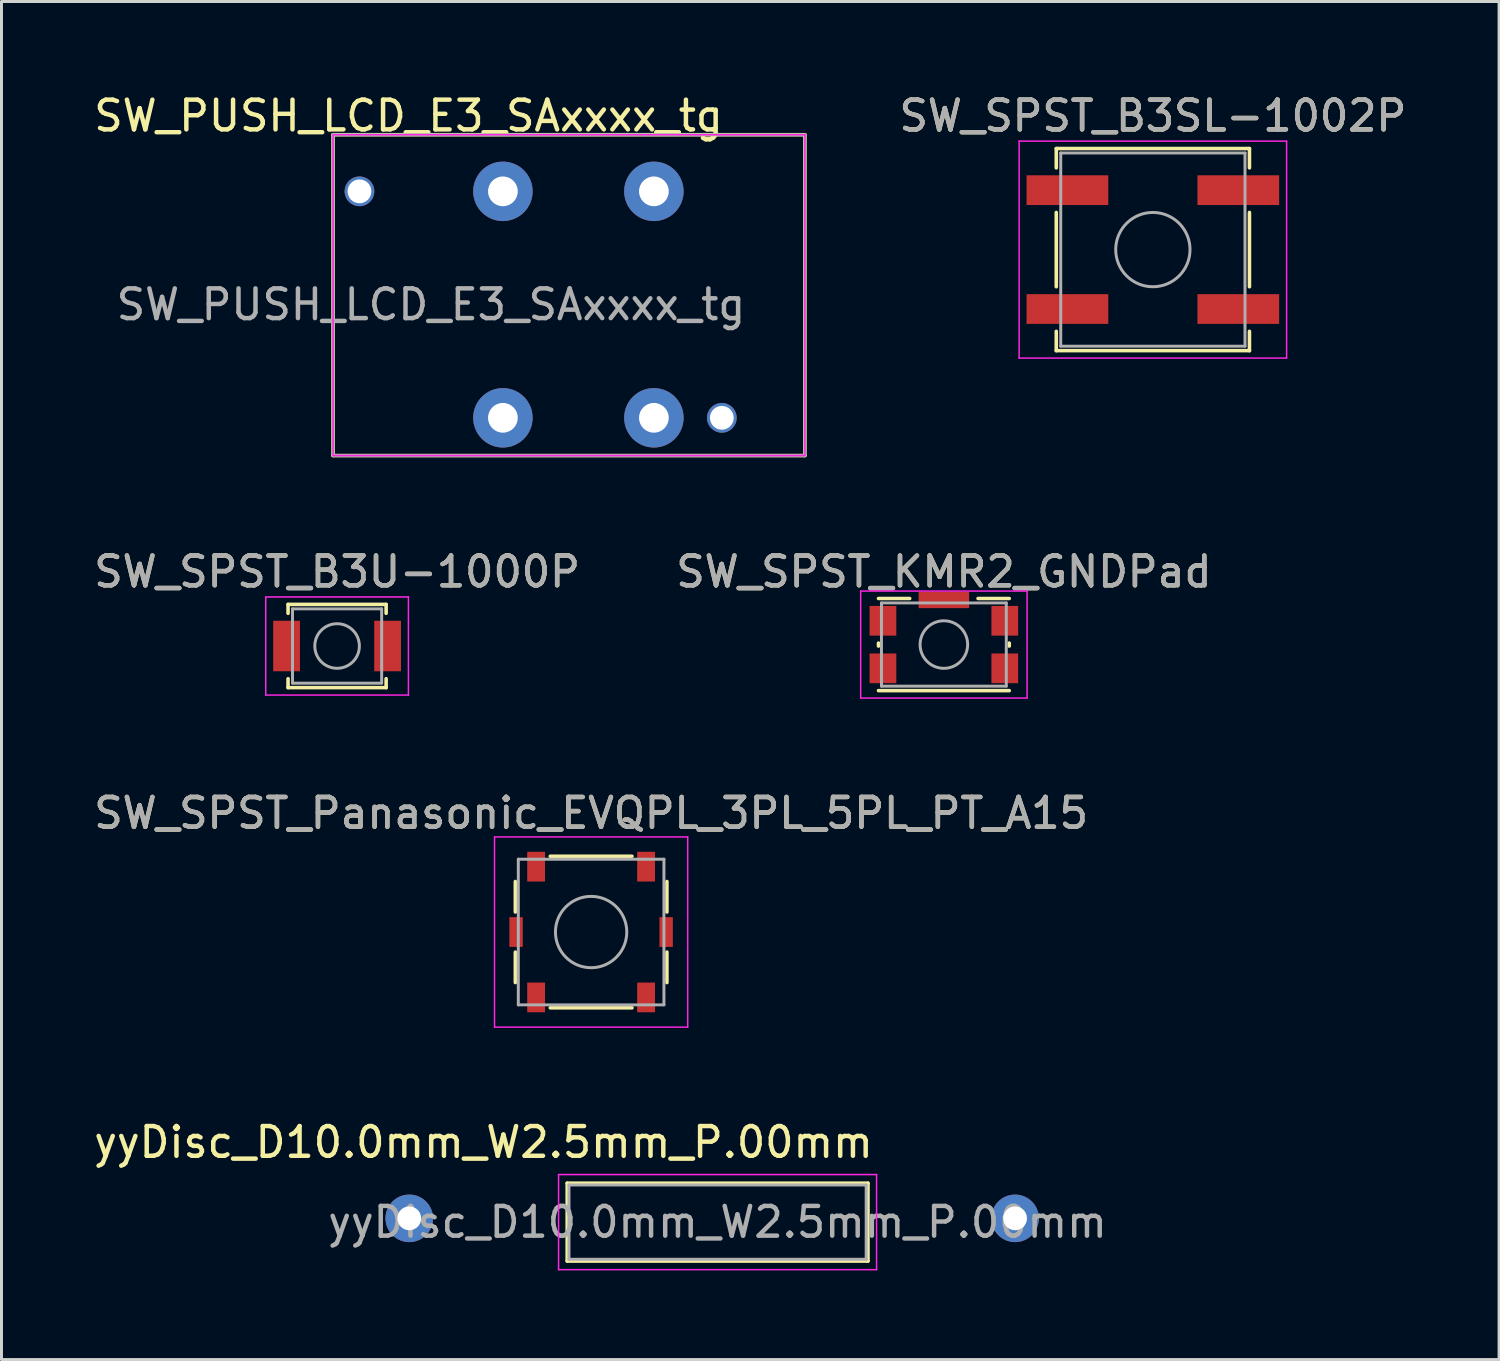
<source format=kicad_pcb>
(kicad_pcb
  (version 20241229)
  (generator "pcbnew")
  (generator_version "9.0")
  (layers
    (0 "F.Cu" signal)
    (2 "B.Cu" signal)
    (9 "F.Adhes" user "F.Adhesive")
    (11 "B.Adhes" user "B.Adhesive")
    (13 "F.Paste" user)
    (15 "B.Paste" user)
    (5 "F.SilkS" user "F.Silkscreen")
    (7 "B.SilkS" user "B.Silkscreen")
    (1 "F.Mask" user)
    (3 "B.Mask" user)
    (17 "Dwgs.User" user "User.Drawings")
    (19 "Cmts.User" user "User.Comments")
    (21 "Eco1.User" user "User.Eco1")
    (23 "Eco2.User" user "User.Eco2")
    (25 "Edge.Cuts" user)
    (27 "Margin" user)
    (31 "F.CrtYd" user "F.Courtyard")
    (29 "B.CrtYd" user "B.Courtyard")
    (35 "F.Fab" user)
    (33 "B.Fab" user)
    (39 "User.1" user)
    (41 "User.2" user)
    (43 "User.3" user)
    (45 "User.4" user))
  (footprint "SW_SPST_KMR2_GNDPad"
    (layer "F.Cu")
    (at 28.708 18.637)
    (property "Reference" "SW_SPST_KMR2_GNDPad" (at 0 -2.45 0) (layer "F.SilkS") (effects (font (size 1 1) (thickness 0.15))))
    (attr smd)
    (fp_line (start -2.2 0.05) (end -2.2 -0.05) (stroke (width 0.12) (type solid)) (layer "F.SilkS"))
    (fp_line (start -2.2 1.55) (end 2.2 1.55) (stroke (width 0.12) (type solid)) (layer "F.SilkS"))
    (fp_line (start -1.15 -1.55) (end -2.2 -1.55) (stroke (width 0.12) (type solid)) (layer "F.SilkS"))
    (fp_line (start 2.2 -1.55) (end 1.15 -1.55) (stroke (width 0.12) (type solid)) (layer "F.SilkS"))
    (fp_line (start 2.2 0.05) (end 2.2 -0.05) (stroke (width 0.12) (type solid)) (layer "F.SilkS"))
    (fp_line (start -2.8 -1.8) (end 2.8 -1.8) (stroke (width 0.05) (type solid)) (layer "F.CrtYd"))
    (fp_line (start -2.8 1.8) (end -2.8 -1.8) (stroke (width 0.05) (type solid)) (layer "F.CrtYd"))
    (fp_line (start 2.8 -1.8) (end 2.8 1.8) (stroke (width 0.05) (type solid)) (layer "F.CrtYd"))
    (fp_line (start 2.8 1.8) (end -2.8 1.8) (stroke (width 0.05) (type solid)) (layer "F.CrtYd"))
    (fp_line (start -2.1 -1.4) (end 2.1 -1.4) (stroke (width 0.1) (type solid)) (layer "F.Fab"))
    (fp_line (start -2.1 1.4) (end -2.1 -1.4) (stroke (width 0.1) (type solid)) (layer "F.Fab"))
    (fp_line (start 2.1 -1.4) (end 2.1 1.4) (stroke (width 0.1) (type solid)) (layer "F.Fab"))
    (fp_line (start 2.1 1.4) (end -2.1 1.4) (stroke (width 0.1) (type solid)) (layer "F.Fab"))
    (fp_circle (center 0 0) (end 0 0.8) (stroke (width 0.1) (type solid)) (fill no) (layer "F.Fab"))
    (fp_text user "${REFERENCE}" (at 0 -2.45 0) (layer "F.Fab") (effects (font (size 1 1) (thickness 0.15))))
    (pad "1" smd rect (at -2.05 -0.8) (size 0.9 1) (layers "F.Cu" "F.Mask" "F.Paste"))
    (pad "1" smd rect (at 2.05 -0.8) (size 0.9 1) (layers "F.Cu" "F.Mask" "F.Paste"))
    (pad "2" smd rect (at -2.05 0.8) (size 0.9 1) (layers "F.Cu" "F.Mask" "F.Paste"))
    (pad "2" smd rect (at 2.05 0.8) (size 0.9 1) (layers "F.Cu" "F.Mask" "F.Paste"))
    (pad "3" smd rect (at 0 -1.5) (size 1.7 0.55) (layers "F.Cu" "F.Mask" "F.Paste")))
  (footprint "SW_SPST_Panasonic_EVQPL_3PL_5PL_PT_A15"
    (layer "F.Cu")
    (at 16.839 28.31)
    (property "Reference" "SW_SPST_Panasonic_EVQPL_3PL_5PL_PT_A15" (at 0 -4 0) (layer "F.SilkS") (effects (font (size 1 1) (thickness 0.15))))
    (attr smd)
    (fp_line (start -2.55 -1.7) (end -2.55 -0.675) (stroke (width 0.12) (type solid)) (layer "F.SilkS"))
    (fp_line (start -2.55 0.675) (end -2.55 1.7) (stroke (width 0.12) (type solid)) (layer "F.SilkS"))
    (fp_line (start -1.375 -2.55) (end 1.375 -2.55) (stroke (width 0.12) (type solid)) (layer "F.SilkS"))
    (fp_line (start -1.375 2.55) (end 1.375 2.55) (stroke (width 0.12) (type solid)) (layer "F.SilkS"))
    (fp_line (start 2.55 -1.7) (end 2.55 -0.675) (stroke (width 0.12) (type solid)) (layer "F.SilkS"))
    (fp_line (start 2.55 0.675) (end 2.55 1.7) (stroke (width 0.12) (type solid)) (layer "F.SilkS"))
    (fp_line (start -3.25 -3.2) (end 3.25 -3.2) (stroke (width 0.05) (type solid)) (layer "F.CrtYd"))
    (fp_line (start -3.25 3.2) (end -3.25 -3.2) (stroke (width 0.05) (type solid)) (layer "F.CrtYd"))
    (fp_line (start -3.25 3.2) (end 3.25 3.2) (stroke (width 0.05) (type solid)) (layer "F.CrtYd"))
    (fp_line (start 3.25 3.2) (end 3.25 -3.2) (stroke (width 0.05) (type solid)) (layer "F.CrtYd"))
    (fp_line (start -2.45 -2.45) (end -2.45 2.45) (stroke (width 0.1) (type solid)) (layer "F.Fab"))
    (fp_line (start -2.45 -2.45) (end 2.45 -2.45) (stroke (width 0.1) (type solid)) (layer "F.Fab"))
    (fp_line (start 2.45 -2.45) (end 2.45 2.45) (stroke (width 0.1) (type solid)) (layer "F.Fab"))
    (fp_line (start 2.45 2.45) (end -2.45 2.45) (stroke (width 0.1) (type solid)) (layer "F.Fab"))
    (fp_circle (center 0 0) (end 1.2 0) (stroke (width 0.1) (type solid)) (fill no) (layer "F.Fab"))
    (fp_text user "${REFERENCE}" (at 0 -4 0) (layer "F.Fab") (effects (font (size 1 1) (thickness 0.15))))
    (pad "0" smd rect (at -2.525 0) (size 0.45 1) (layers "F.Cu" "F.Mask" "F.Paste"))
    (pad "0" smd rect (at 2.525 0) (size 0.45 1) (layers "F.Cu" "F.Mask" "F.Paste"))
    (pad "1" smd rect (at -1.85 -2.2) (size 0.6 1) (layers "F.Cu" "F.Mask" "F.Paste"))
    (pad "1" smd rect (at -1.85 2.2) (size 0.6 1) (layers "F.Cu" "F.Mask" "F.Paste"))
    (pad "2" smd rect (at 1.85 -2.2) (size 0.6 1) (layers "F.Cu" "F.Mask" "F.Paste"))
    (pad "2" smd rect (at 1.85 2.2) (size 0.6 1) (layers "F.Cu" "F.Mask" "F.Paste")))
  (footprint "yyDisc_D10.0mm_W2.5mm_P.00mm"
    (layer "F.Cu")
    (at 10.72 37.943)
    (property "Reference" "yyDisc_D10.0mm_W2.5mm_P.00mm" (at 2.5 -2.56 0) (layer "F.SilkS") (effects (font (size 1 1) (thickness 0.15))))
    (attr through_hole)
    (fp_line (start 5.314 -1.183) (end 5.314 1.437) (stroke (width 0.12) (type solid)) (layer "F.SilkS"))
    (fp_line (start 5.314 -1.183) (end 15.434 -1.183) (stroke (width 0.12) (type solid)) (layer "F.SilkS"))
    (fp_line (start 5.314 1.437) (end 15.434 1.437) (stroke (width 0.12) (type solid)) (layer "F.SilkS"))
    (fp_line (start 15.434 -1.183) (end 15.434 1.437) (stroke (width 0.12) (type solid)) (layer "F.SilkS"))
    (fp_line (start 5.024 -1.473) (end 5.024 1.727) (stroke (width 0.05) (type solid)) (layer "F.CrtYd"))
    (fp_line (start 5.024 1.727) (end 15.724 1.727) (stroke (width 0.05) (type solid)) (layer "F.CrtYd"))
    (fp_line (start 15.724 -1.473) (end 5.024 -1.473) (stroke (width 0.05) (type solid)) (layer "F.CrtYd"))
    (fp_line (start 15.724 1.727) (end 15.724 -1.473) (stroke (width 0.05) (type solid)) (layer "F.CrtYd"))
    (fp_line (start 5.374 -1.123) (end 5.374 1.377) (stroke (width 0.1) (type solid)) (layer "F.Fab"))
    (fp_line (start 5.374 1.377) (end 15.374 1.377) (stroke (width 0.1) (type solid)) (layer "F.Fab"))
    (fp_line (start 15.374 -1.123) (end 5.374 -1.123) (stroke (width 0.1) (type solid)) (layer "F.Fab"))
    (fp_line (start 15.374 1.377) (end 15.374 -1.123) (stroke (width 0.1) (type solid)) (layer "F.Fab"))
    (fp_text user "${REFERENCE}" (at 10.374 0.127 0) (layer "F.Fab") (effects (font (size 1 1) (thickness 0.15))))
    (pad "1" thru_hole circle (at 0 0) (size 1.6 1.6) (drill 0.8) (layers "*.Cu" "*.Mask"))
    (pad "2" thru_hole circle (at 20.384 0) (size 1.6 1.6) (drill 0.8) (layers "*.Cu" "*.Mask")))
  (footprint "SW_SPST_B3U-1000P"
    (layer "F.Cu")
    (at 8.292 18.686)
    (property "Reference" "SW_SPST_B3U-1000P" (at 0 -2.5 0) (layer "F.SilkS") (effects (font (size 1 1) (thickness 0.15))))
    (attr smd)
    (fp_line (start -1.65 -1.4) (end 1.65 -1.4) (stroke (width 0.12) (type solid)) (layer "F.SilkS"))
    (fp_line (start -1.65 -1.1) (end -1.65 -1.4) (stroke (width 0.12) (type solid)) (layer "F.SilkS"))
    (fp_line (start -1.65 1.1) (end -1.65 1.4) (stroke (width 0.12) (type solid)) (layer "F.SilkS"))
    (fp_line (start -1.65 1.4) (end 1.65 1.4) (stroke (width 0.12) (type solid)) (layer "F.SilkS"))
    (fp_line (start 1.65 -1.4) (end 1.65 -1.1) (stroke (width 0.12) (type solid)) (layer "F.SilkS"))
    (fp_line (start 1.65 1.4) (end 1.65 1.1) (stroke (width 0.12) (type solid)) (layer "F.SilkS"))
    (fp_line (start -2.4 -1.65) (end -2.4 1.65) (stroke (width 0.05) (type solid)) (layer "F.CrtYd"))
    (fp_line (start -2.4 1.65) (end 2.4 1.65) (stroke (width 0.05) (type solid)) (layer "F.CrtYd"))
    (fp_line (start 2.4 -1.65) (end -2.4 -1.65) (stroke (width 0.05) (type solid)) (layer "F.CrtYd"))
    (fp_line (start 2.4 1.65) (end 2.4 -1.65) (stroke (width 0.05) (type solid)) (layer "F.CrtYd"))
    (fp_line (start -1.5 -1.25) (end 1.5 -1.25) (stroke (width 0.1) (type solid)) (layer "F.Fab"))
    (fp_line (start -1.5 1.25) (end -1.5 -1.25) (stroke (width 0.1) (type solid)) (layer "F.Fab"))
    (fp_line (start 1.5 -1.25) (end 1.5 1.25) (stroke (width 0.1) (type solid)) (layer "F.Fab"))
    (fp_line (start 1.5 1.25) (end -1.5 1.25) (stroke (width 0.1) (type solid)) (layer "F.Fab"))
    (fp_circle (center 0 0) (end 0.75 0) (stroke (width 0.1) (type solid)) (fill no) (layer "F.Fab"))
    (fp_text user "${REFERENCE}" (at 0 -2.5 0) (layer "F.Fab") (effects (font (size 1 1) (thickness 0.15))))
    (pad "1" smd rect (at -1.7 0) (size 0.9 1.7) (layers "F.Cu" "F.Mask" "F.Paste"))
    (pad "2" smd rect (at 1.7 0) (size 0.9 1.7) (layers "F.Cu" "F.Mask" "F.Paste")))
  (footprint "SW_SPST_B3SL-1002P"
    (layer "F.Cu")
    (at 35.74 5.348)
    (property "Reference" "SW_SPST_B3SL-1002P" (at 0 -4.5 0) (layer "F.SilkS") (effects (font (size 1 1) (thickness 0.15))))
    (attr smd)
    (fp_line (start -3.25 -3.4) (end -3.25 -2.75) (stroke (width 0.12) (type solid)) (layer "F.SilkS"))
    (fp_line (start -3.25 -1.25) (end -3.25 1.25) (stroke (width 0.12) (type solid)) (layer "F.SilkS"))
    (fp_line (start -3.25 3.4) (end -3.25 2.75) (stroke (width 0.12) (type solid)) (layer "F.SilkS"))
    (fp_line (start 3.25 -3.4) (end -3.25 -3.4) (stroke (width 0.12) (type solid)) (layer "F.SilkS"))
    (fp_line (start 3.25 -2.75) (end 3.25 -3.4) (stroke (width 0.12) (type solid)) (layer "F.SilkS"))
    (fp_line (start 3.25 -1.25) (end 3.25 1.25) (stroke (width 0.12) (type solid)) (layer "F.SilkS"))
    (fp_line (start 3.25 2.75) (end 3.25 3.4) (stroke (width 0.12) (type solid)) (layer "F.SilkS"))
    (fp_line (start 3.25 3.4) (end -3.25 3.4) (stroke (width 0.12) (type solid)) (layer "F.SilkS"))
    (fp_line (start -4.5 -3.65) (end -4.5 3.65) (stroke (width 0.05) (type solid)) (layer "F.CrtYd"))
    (fp_line (start -4.5 3.65) (end 4.5 3.65) (stroke (width 0.05) (type solid)) (layer "F.CrtYd"))
    (fp_line (start 4.5 -3.65) (end -4.5 -3.65) (stroke (width 0.05) (type solid)) (layer "F.CrtYd"))
    (fp_line (start 4.5 3.65) (end 4.5 -3.65) (stroke (width 0.05) (type solid)) (layer "F.CrtYd"))
    (fp_line (start -3.1 -3.25) (end 3.1 -3.25) (stroke (width 0.1) (type solid)) (layer "F.Fab"))
    (fp_line (start -3.1 3.25) (end -3.1 -3.25) (stroke (width 0.1) (type solid)) (layer "F.Fab"))
    (fp_line (start 3.1 -3.25) (end 3.1 3.25) (stroke (width 0.1) (type solid)) (layer "F.Fab"))
    (fp_line (start 3.1 3.25) (end -3.1 3.25) (stroke (width 0.1) (type solid)) (layer "F.Fab"))
    (fp_circle (center 0 0) (end 1.25 0) (stroke (width 0.1) (type solid)) (fill no) (layer "F.Fab"))
    (fp_text user "${REFERENCE}" (at 0 -4.5 0) (layer "F.Fab") (effects (font (size 1 1) (thickness 0.15))))
    (pad "1" smd rect (at -2.875 -2) (size 2.75 1) (layers "F.Cu" "F.Mask" "F.Paste"))
    (pad "1" smd rect (at 2.875 -2) (size 2.75 1) (layers "F.Cu" "F.Mask" "F.Paste"))
    (pad "2" smd rect (at -2.875 2) (size 2.75 1) (layers "F.Cu" "F.Mask" "F.Paste"))
    (pad "2" smd rect (at 2.875 2) (size 2.75 1) (layers "F.Cu" "F.Mask" "F.Paste")))
  (footprint "SW_PUSH_LCD_E3_SAxxxx_tg"
    (layer "F.Cu")
    (at 18.951 3.388)
    (property "Reference" "SW_PUSH_LCD_E3_SAxxxx_tg" (at -8.255 -2.54 0) (layer "F.SilkS") (effects (font (size 1 1) (thickness 0.15))))
    (attr through_hole)
    (fp_line (start -10.795 -1.905) (end -10.795 8.89) (stroke (width 0.12) (type solid)) (layer "F.SilkS"))
    (fp_line (start -10.795 8.89) (end 5.08 8.89) (stroke (width 0.12) (type solid)) (layer "F.SilkS"))
    (fp_line (start 5.08 -1.905) (end -10.795 -1.905) (stroke (width 0.12) (type solid)) (layer "F.SilkS"))
    (fp_line (start 5.08 8.89) (end 5.08 -1.905) (stroke (width 0.12) (type solid)) (layer "F.SilkS"))
    (fp_line (start -10.795 -1.905) (end -10.795 8.89) (stroke (width 0.05) (type solid)) (layer "F.CrtYd"))
    (fp_line (start -10.795 8.89) (end 5.08 8.89) (stroke (width 0.05) (type solid)) (layer "F.CrtYd"))
    (fp_line (start 5.08 -1.905) (end -10.795 -1.905) (stroke (width 0.05) (type solid)) (layer "F.CrtYd"))
    (fp_line (start 5.08 8.89) (end 5.08 -1.905) (stroke (width 0.05) (type solid)) (layer "F.CrtYd"))
    (fp_line (start -10.795 -1.905) (end -10.795 8.89) (stroke (width 0.1) (type solid)) (layer "F.Fab"))
    (fp_line (start -10.795 8.89) (end 5.08 8.89) (stroke (width 0.1) (type solid)) (layer "F.Fab"))
    (fp_line (start 5.08 -1.905) (end -10.795 -1.905) (stroke (width 0.1) (type solid)) (layer "F.Fab"))
    (fp_line (start 5.08 -1.905) (end 5.08 8.89) (stroke (width 0.1) (type solid)) (layer "F.Fab"))
    (fp_text user "${REFERENCE}" (at -7.5 3.81 0) (layer "F.Fab") (effects (font (size 1 1) (thickness 0.15))))
    (pad "0" thru_hole circle (at -5.08 0) (size 2 2) (drill 1) (layers "*.Cu" "*.Mask"))
    (pad "0" thru_hole circle (at -5.08 7.62) (size 2 2) (drill 1) (layers "*.Cu" "*.Mask"))
    (pad "1" thru_hole circle (at 0 7.62) (size 2 2) (drill 1) (layers "*.Cu" "*.Mask"))
    (pad "2" thru_hole circle (at 0 0) (size 2 2) (drill 1) (layers "*.Cu" "*.Mask"))
    (pad "5" thru_hole circle (at -9.906 0) (size 1 1) (drill 0.8) (layers "*.Cu" "*.Mask"))
    (pad "6" thru_hole circle (at 2.286 7.62) (size 1 1) (drill 0.8) (layers "*.Cu" "*.Mask")))
  (gr_rect
    (start -3 -3)
    (end 47.389 42.695)
    (stroke (width 0.1) (type default))
    (fill no)
    (layer "Edge.Cuts")))
</source>
